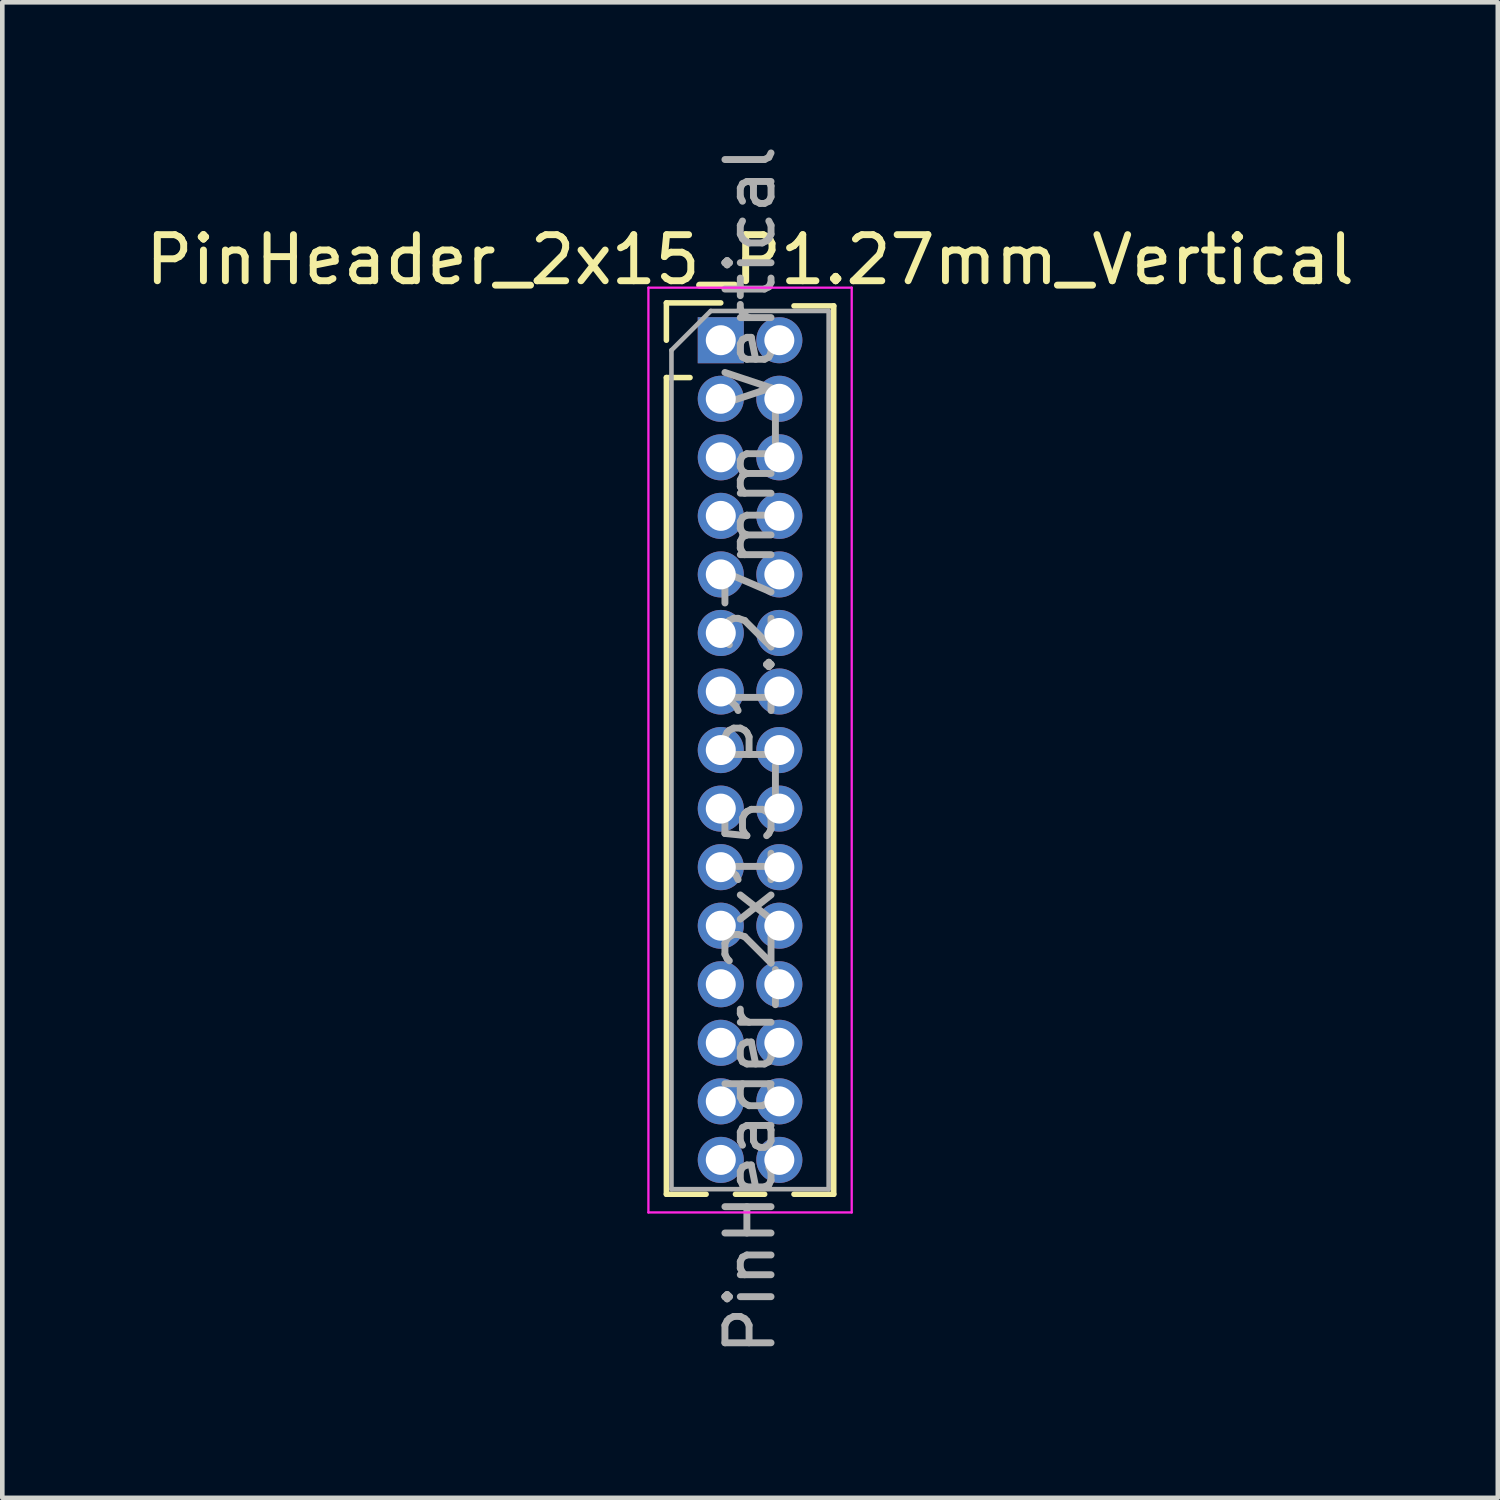
<source format=kicad_pcb>
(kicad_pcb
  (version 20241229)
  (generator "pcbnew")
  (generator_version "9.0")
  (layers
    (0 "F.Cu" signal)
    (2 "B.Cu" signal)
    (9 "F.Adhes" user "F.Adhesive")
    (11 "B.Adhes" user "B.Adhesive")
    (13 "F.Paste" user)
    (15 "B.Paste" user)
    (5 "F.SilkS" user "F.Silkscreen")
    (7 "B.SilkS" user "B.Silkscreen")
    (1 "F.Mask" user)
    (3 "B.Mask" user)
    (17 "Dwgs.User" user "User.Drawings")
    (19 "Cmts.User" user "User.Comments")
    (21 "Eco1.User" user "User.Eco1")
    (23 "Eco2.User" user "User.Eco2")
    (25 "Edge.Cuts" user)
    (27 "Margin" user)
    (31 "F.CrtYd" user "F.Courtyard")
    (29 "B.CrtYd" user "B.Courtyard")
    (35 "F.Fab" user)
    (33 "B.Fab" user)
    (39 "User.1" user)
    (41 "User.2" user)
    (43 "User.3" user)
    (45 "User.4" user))
  (footprint "PinHeader_2x15_P1.27mm_Vertical"
    (layer "F.Cu")
    (at 12.585 4.33)
    (property "Reference" "PinHeader_2x15_P1.27mm_Vertical" (at 0.635 -1.745 0) (layer "F.SilkS") (effects (font (size 1 1) (thickness 0.15))))
    (attr through_hole)
    (fp_line (start -1.18 -0.81) (end 0 -0.81) (stroke (width 0.12) (type solid)) (layer "F.SilkS"))
    (fp_line (start -1.18 0) (end -1.18 -0.81) (stroke (width 0.12) (type solid)) (layer "F.SilkS"))
    (fp_line (start -1.18 0.81) (end -1.18 18.525) (stroke (width 0.12) (type solid)) (layer "F.SilkS"))
    (fp_line (start -1.18 0.81) (end -0.667 0.81) (stroke (width 0.12) (type solid)) (layer "F.SilkS"))
    (fp_line (start -1.18 18.525) (end -0.318 18.525) (stroke (width 0.12) (type solid)) (layer "F.SilkS"))
    (fp_line (start 0.318 18.525) (end 0.952 18.525) (stroke (width 0.12) (type solid)) (layer "F.SilkS"))
    (fp_line (start 1.588 -0.745) (end 2.45 -0.745) (stroke (width 0.12) (type solid)) (layer "F.SilkS"))
    (fp_line (start 1.588 18.525) (end 2.45 18.525) (stroke (width 0.12) (type solid)) (layer "F.SilkS"))
    (fp_line (start 2.45 -0.745) (end 2.45 18.525) (stroke (width 0.12) (type solid)) (layer "F.SilkS"))
    (fp_line (start -1.57 -1.14) (end -1.57 18.92) (stroke (width 0.05) (type solid)) (layer "F.CrtYd"))
    (fp_line (start -1.57 18.92) (end 2.84 18.92) (stroke (width 0.05) (type solid)) (layer "F.CrtYd"))
    (fp_line (start 2.84 -1.14) (end -1.57 -1.14) (stroke (width 0.05) (type solid)) (layer "F.CrtYd"))
    (fp_line (start 2.84 18.92) (end 2.84 -1.14) (stroke (width 0.05) (type solid)) (layer "F.CrtYd"))
    (fp_line (start -1.07 0.217) (end -0.217 -0.635) (stroke (width 0.1) (type solid)) (layer "F.Fab"))
    (fp_line (start -1.07 18.415) (end -1.07 0.217) (stroke (width 0.1) (type solid)) (layer "F.Fab"))
    (fp_line (start -0.217 -0.635) (end 2.34 -0.635) (stroke (width 0.1) (type solid)) (layer "F.Fab"))
    (fp_line (start 2.34 -0.635) (end 2.34 18.415) (stroke (width 0.1) (type solid)) (layer "F.Fab"))
    (fp_line (start 2.34 18.415) (end -1.07 18.415) (stroke (width 0.1) (type solid)) (layer "F.Fab"))
    (fp_text user "${REFERENCE}" (at 0.635 8.89 90) (layer "F.Fab") (effects (font (size 1 1) (thickness 0.15))))
    (pad "1" thru_hole rect (at 0 0) (size 1 1) (drill 0.65) (layers "*.Cu" "*.Mask"))
    (pad "2" thru_hole circle (at 1.27 0) (size 1 1) (drill 0.65) (layers "*.Cu" "*.Mask"))
    (pad "3" thru_hole circle (at 0 1.27) (size 1 1) (drill 0.65) (layers "*.Cu" "*.Mask"))
    (pad "4" thru_hole circle (at 1.27 1.27) (size 1 1) (drill 0.65) (layers "*.Cu" "*.Mask"))
    (pad "5" thru_hole circle (at 0 2.54) (size 1 1) (drill 0.65) (layers "*.Cu" "*.Mask"))
    (pad "6" thru_hole circle (at 1.27 2.54) (size 1 1) (drill 0.65) (layers "*.Cu" "*.Mask"))
    (pad "7" thru_hole circle (at 0 3.81) (size 1 1) (drill 0.65) (layers "*.Cu" "*.Mask"))
    (pad "8" thru_hole circle (at 1.27 3.81) (size 1 1) (drill 0.65) (layers "*.Cu" "*.Mask"))
    (pad "9" thru_hole circle (at 0 5.08) (size 1 1) (drill 0.65) (layers "*.Cu" "*.Mask"))
    (pad "10" thru_hole circle (at 1.27 5.08) (size 1 1) (drill 0.65) (layers "*.Cu" "*.Mask"))
    (pad "11" thru_hole circle (at 0 6.35) (size 1 1) (drill 0.65) (layers "*.Cu" "*.Mask"))
    (pad "12" thru_hole circle (at 1.27 6.35) (size 1 1) (drill 0.65) (layers "*.Cu" "*.Mask"))
    (pad "13" thru_hole circle (at 0 7.62) (size 1 1) (drill 0.65) (layers "*.Cu" "*.Mask"))
    (pad "14" thru_hole circle (at 1.27 7.62) (size 1 1) (drill 0.65) (layers "*.Cu" "*.Mask"))
    (pad "15" thru_hole circle (at 0 8.89) (size 1 1) (drill 0.65) (layers "*.Cu" "*.Mask"))
    (pad "16" thru_hole circle (at 1.27 8.89) (size 1 1) (drill 0.65) (layers "*.Cu" "*.Mask"))
    (pad "17" thru_hole circle (at 0 10.16) (size 1 1) (drill 0.65) (layers "*.Cu" "*.Mask"))
    (pad "18" thru_hole circle (at 1.27 10.16) (size 1 1) (drill 0.65) (layers "*.Cu" "*.Mask"))
    (pad "19" thru_hole circle (at 0 11.43) (size 1 1) (drill 0.65) (layers "*.Cu" "*.Mask"))
    (pad "20" thru_hole circle (at 1.27 11.43) (size 1 1) (drill 0.65) (layers "*.Cu" "*.Mask"))
    (pad "21" thru_hole circle (at 0 12.7) (size 1 1) (drill 0.65) (layers "*.Cu" "*.Mask"))
    (pad "22" thru_hole circle (at 1.27 12.7) (size 1 1) (drill 0.65) (layers "*.Cu" "*.Mask"))
    (pad "23" thru_hole circle (at 0 13.97) (size 1 1) (drill 0.65) (layers "*.Cu" "*.Mask"))
    (pad "24" thru_hole circle (at 1.27 13.97) (size 1 1) (drill 0.65) (layers "*.Cu" "*.Mask"))
    (pad "25" thru_hole circle (at 0 15.24) (size 1 1) (drill 0.65) (layers "*.Cu" "*.Mask"))
    (pad "26" thru_hole circle (at 1.27 15.24) (size 1 1) (drill 0.65) (layers "*.Cu" "*.Mask"))
    (pad "27" thru_hole circle (at 0 16.51) (size 1 1) (drill 0.65) (layers "*.Cu" "*.Mask"))
    (pad "28" thru_hole circle (at 1.27 16.51) (size 1 1) (drill 0.65) (layers "*.Cu" "*.Mask"))
    (pad "29" thru_hole circle (at 0 17.78) (size 1 1) (drill 0.65) (layers "*.Cu" "*.Mask"))
    (pad "30" thru_hole circle (at 1.27 17.78) (size 1 1) (drill 0.65) (layers "*.Cu" "*.Mask")))
  (gr_rect
    (start -3 -3)
    (end 29.44 29.44)
    (stroke (width 0.1) (type default))
    (fill no)
    (layer "Edge.Cuts")))
</source>
